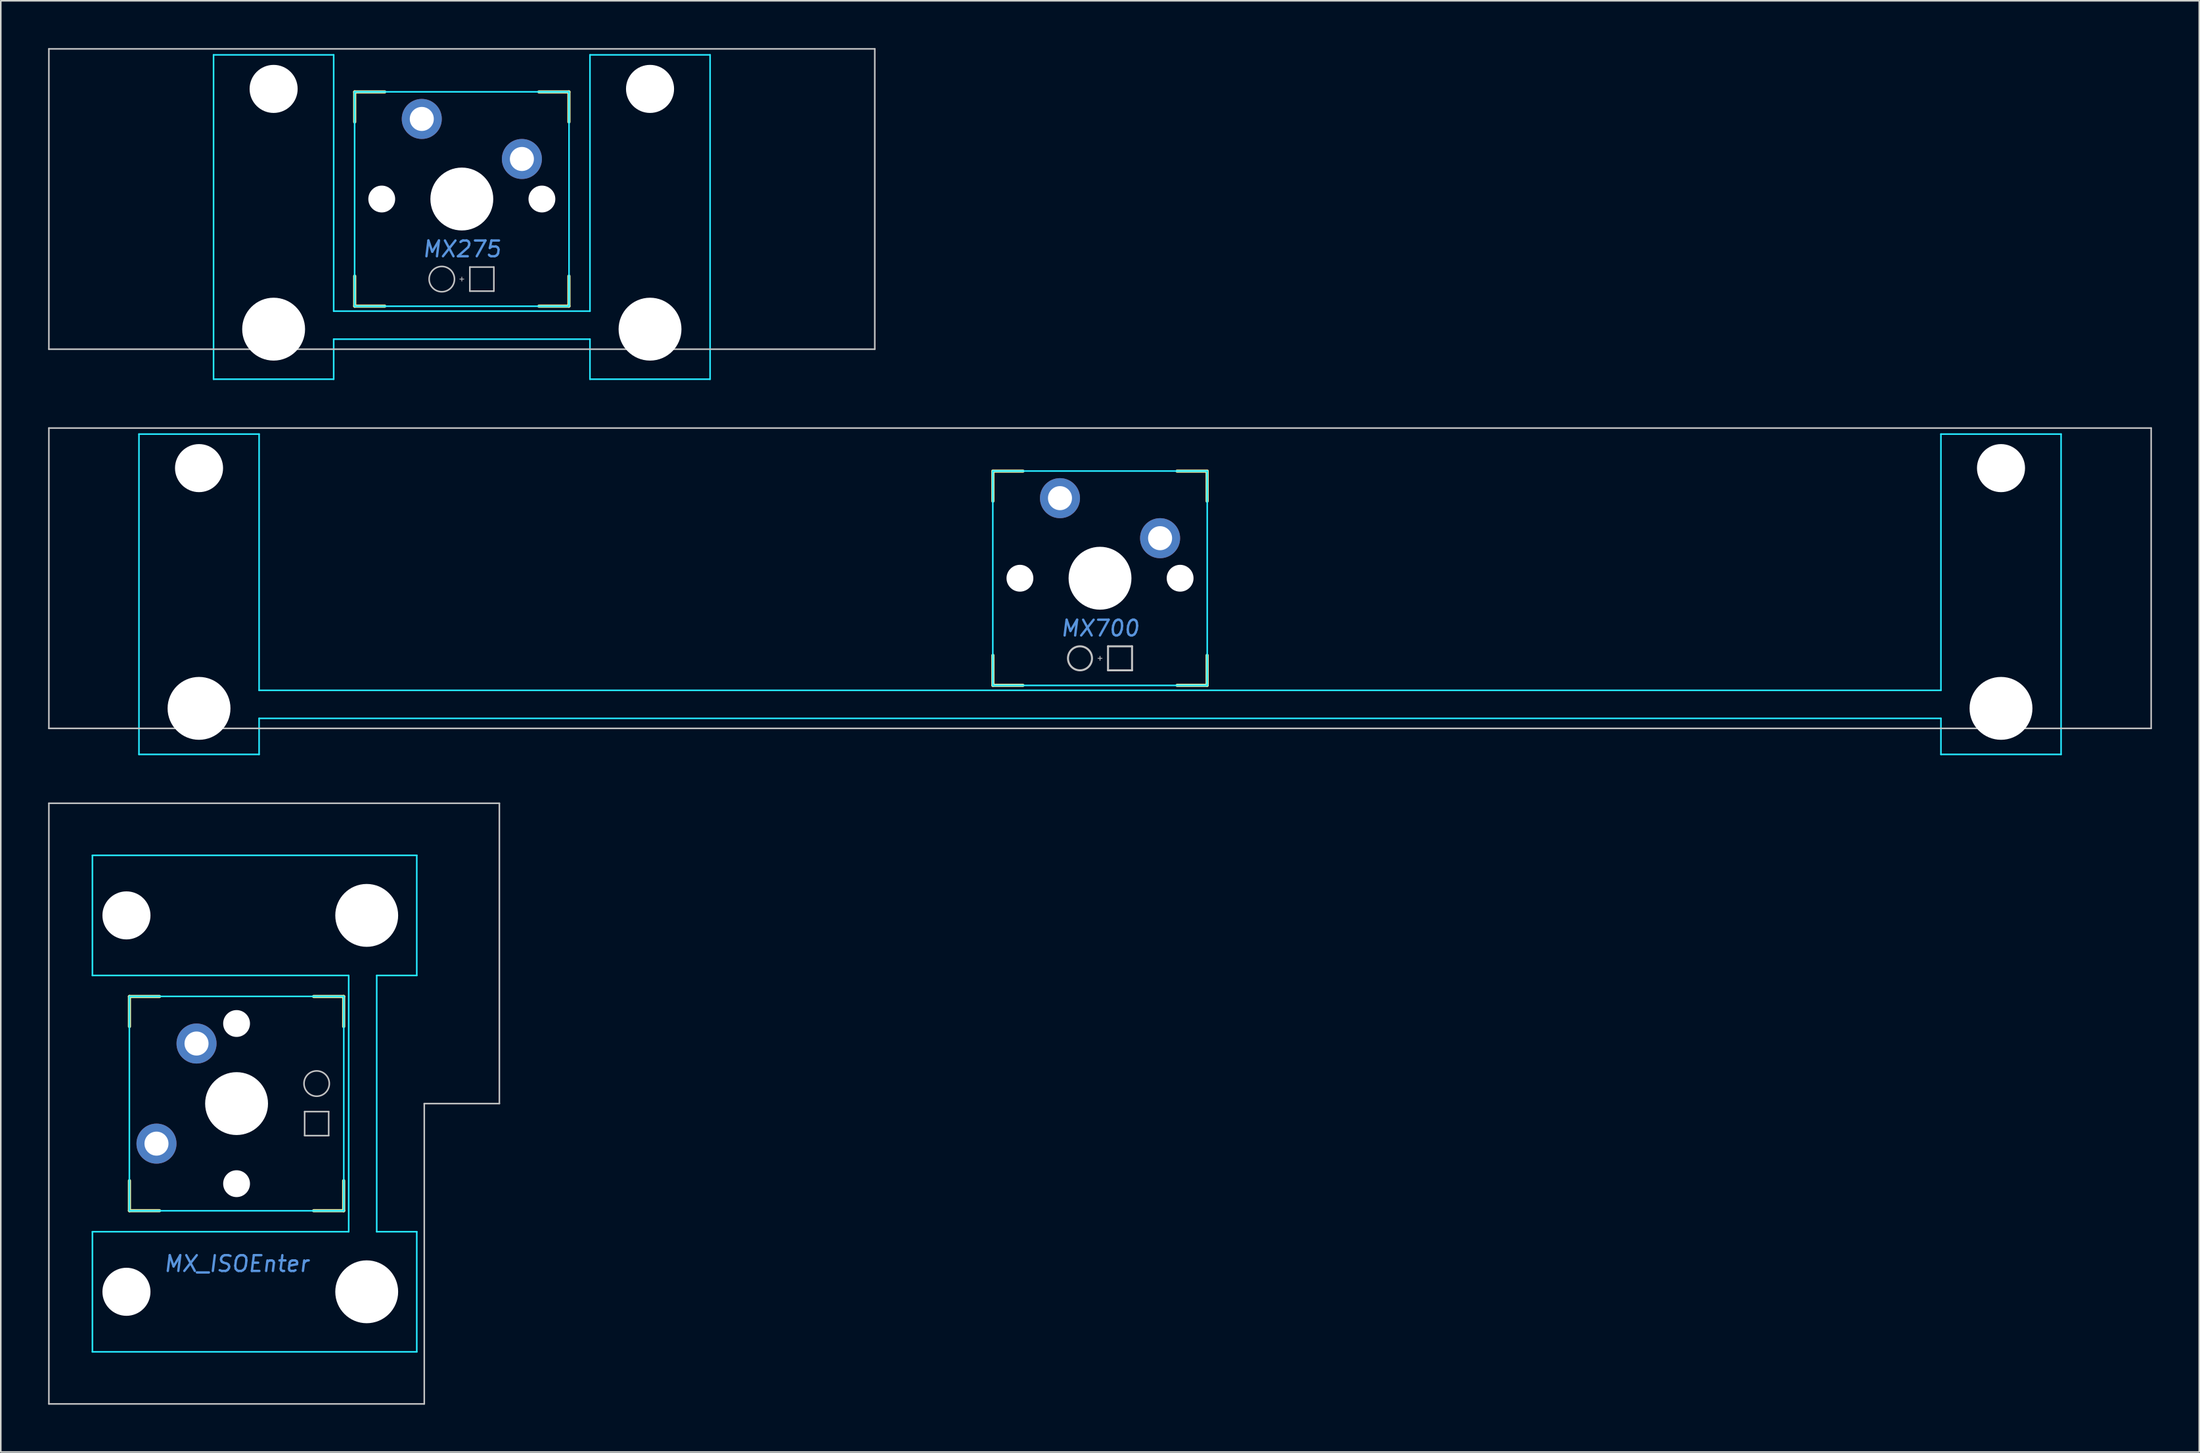
<source format=kicad_pcb>
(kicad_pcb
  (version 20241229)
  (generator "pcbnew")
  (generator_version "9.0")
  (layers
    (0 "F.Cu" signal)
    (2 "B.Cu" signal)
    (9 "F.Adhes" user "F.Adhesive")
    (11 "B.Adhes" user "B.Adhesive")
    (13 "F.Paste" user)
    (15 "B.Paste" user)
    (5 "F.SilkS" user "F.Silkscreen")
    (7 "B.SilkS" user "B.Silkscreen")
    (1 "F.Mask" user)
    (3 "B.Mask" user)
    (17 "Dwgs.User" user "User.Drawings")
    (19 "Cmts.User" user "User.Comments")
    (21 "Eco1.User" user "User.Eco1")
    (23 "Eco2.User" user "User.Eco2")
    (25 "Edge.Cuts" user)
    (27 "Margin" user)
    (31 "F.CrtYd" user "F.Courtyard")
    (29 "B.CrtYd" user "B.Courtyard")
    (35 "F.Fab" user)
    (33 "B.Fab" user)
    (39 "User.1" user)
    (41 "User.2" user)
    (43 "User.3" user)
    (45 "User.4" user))
  (footprint "MX700"
    (layer "F.Cu")
    (at 66.725 33.63)
    (property "Reference" "MX700" (at 0 3.175 0) (layer "Cmts.User") (effects (font (size 1 1) (thickness 0.15) (italic yes))))
    (attr through_hole)
    (fp_line (start -6.795 -4.889) (end -6.795 -6.795) (stroke (width 0.2) (type solid)) (layer "F.SilkS"))
    (fp_line (start -6.795 4.889) (end -6.795 6.795) (stroke (width 0.2) (type solid)) (layer "F.SilkS"))
    (fp_line (start -4.889 -6.795) (end -6.795 -6.795) (stroke (width 0.2) (type solid)) (layer "F.SilkS"))
    (fp_line (start -4.889 6.795) (end -6.795 6.795) (stroke (width 0.2) (type solid)) (layer "F.SilkS"))
    (fp_line (start 4.889 -6.795) (end 6.795 -6.795) (stroke (width 0.2) (type solid)) (layer "F.SilkS"))
    (fp_line (start 4.889 6.795) (end 6.795 6.795) (stroke (width 0.2) (type solid)) (layer "F.SilkS"))
    (fp_line (start 6.795 -4.889) (end 6.795 -6.795) (stroke (width 0.2) (type solid)) (layer "F.SilkS"))
    (fp_line (start 6.795 4.889) (end 6.795 6.795) (stroke (width 0.2) (type solid)) (layer "F.SilkS"))
    (fp_line (start -66.675 -9.525) (end -66.675 9.525) (stroke (width 0.1) (type solid)) (layer "Dwgs.User"))
    (fp_line (start -66.675 -9.525) (end 66.675 -9.525) (stroke (width 0.1) (type solid)) (layer "Dwgs.User"))
    (fp_line (start -66.675 9.525) (end 66.675 9.525) (stroke (width 0.1) (type solid)) (layer "Dwgs.User"))
    (fp_line (start -0.127 5.08) (end 0.127 5.08) (stroke (width 0.051) (type solid)) (layer "Dwgs.User"))
    (fp_line (start 0 4.953) (end 0 5.207) (stroke (width 0.051) (type solid)) (layer "Dwgs.User"))
    (fp_line (start 0.508 4.318) (end 0.508 5.842) (stroke (width 0.127) (type solid)) (layer "Dwgs.User"))
    (fp_line (start 0.508 4.318) (end 2.032 4.318) (stroke (width 0.127) (type solid)) (layer "Dwgs.User"))
    (fp_line (start 0.508 5.842) (end 2.032 5.842) (stroke (width 0.127) (type solid)) (layer "Dwgs.User"))
    (fp_line (start 2.032 5.842) (end 2.032 4.318) (stroke (width 0.127) (type solid)) (layer "Dwgs.User"))
    (fp_line (start 66.675 -9.525) (end 66.675 9.525) (stroke (width 0.1) (type solid)) (layer "Dwgs.User"))
    (fp_circle (center -1.27 5.08) (end -0.508 5.08) (stroke (width 0.127) (type solid)) (fill no) (layer "Dwgs.User"))
    (fp_line (start -60.96 -9.144) (end -60.96 11.176) (stroke (width 0.1) (type solid)) (layer "B.CrtYd"))
    (fp_line (start -60.96 -9.144) (end -53.34 -9.144) (stroke (width 0.1) (type solid)) (layer "B.CrtYd"))
    (fp_line (start -60.96 11.176) (end -53.34 11.176) (stroke (width 0.1) (type solid)) (layer "B.CrtYd"))
    (fp_line (start -53.34 7.112) (end -53.34 -9.144) (stroke (width 0.1) (type solid)) (layer "B.CrtYd"))
    (fp_line (start -53.34 7.112) (end 53.34 7.112) (stroke (width 0.1) (type solid)) (layer "B.CrtYd"))
    (fp_line (start -53.34 8.89) (end -53.34 11.176) (stroke (width 0.1) (type solid)) (layer "B.CrtYd"))
    (fp_line (start -53.34 8.89) (end 53.34 8.89) (stroke (width 0.1) (type solid)) (layer "B.CrtYd"))
    (fp_line (start -6.8 -6.8) (end -6.8 6.8) (stroke (width 0.1) (type solid)) (layer "B.CrtYd"))
    (fp_line (start -6.8 -6.8) (end 6.8 -6.8) (stroke (width 0.1) (type solid)) (layer "B.CrtYd"))
    (fp_line (start -6.8 6.8) (end 6.8 6.8) (stroke (width 0.1) (type solid)) (layer "B.CrtYd"))
    (fp_line (start 6.8 6.8) (end 6.8 -6.8) (stroke (width 0.1) (type solid)) (layer "B.CrtYd"))
    (fp_line (start 53.34 -9.144) (end 60.96 -9.144) (stroke (width 0.1) (type solid)) (layer "B.CrtYd"))
    (fp_line (start 53.34 7.112) (end 53.34 -9.144) (stroke (width 0.1) (type solid)) (layer "B.CrtYd"))
    (fp_line (start 53.34 8.89) (end 53.34 11.176) (stroke (width 0.1) (type solid)) (layer "B.CrtYd"))
    (fp_line (start 53.34 11.176) (end 60.96 11.176) (stroke (width 0.1) (type solid)) (layer "B.CrtYd"))
    (fp_line (start 60.96 -9.144) (end 60.96 11.176) (stroke (width 0.1) (type solid)) (layer "B.CrtYd"))
    (pad "" np_thru_hole circle (at -57.15 -6.985 180) (size 3.048 3.048) (drill 3.048) (layers "*.Cu" "*.Mask"))
    (pad "" np_thru_hole circle (at -57.15 8.255 180) (size 3.988 3.988) (drill 3.988) (layers "*.Cu" "*.Mask"))
    (pad "" np_thru_hole circle (at -5.08 0) (size 1.702 1.702) (drill 1.702) (layers "*.Cu" "*.Mask"))
    (pad "" np_thru_hole circle (at 0 0) (size 3.988 3.988) (drill 3.988) (layers "*.Cu" "*.Mask"))
    (pad "" np_thru_hole circle (at 5.08 0) (size 1.702 1.702) (drill 1.702) (layers "*.Cu" "*.Mask"))
    (pad "" np_thru_hole circle (at 57.15 -6.985 180) (size 3.048 3.048) (drill 3.048) (layers "*.Cu" "*.Mask"))
    (pad "" np_thru_hole circle (at 57.15 8.255 180) (size 3.988 3.988) (drill 3.988) (layers "*.Cu" "*.Mask"))
    (pad "1" thru_hole circle (at -2.54 -5.08) (size 2.54 2.54) (drill 1.524) (layers "*.Cu" "*.Mask"))
    (pad "2" thru_hole circle (at 3.81 -2.54) (size 2.54 2.54) (drill 1.524) (layers "*.Cu" "*.Mask")))
  (footprint "MX275"
    (layer "F.Cu")
    (at 26.244 9.575)
    (property "Reference" "MX275" (at 0 3.175 0) (layer "Cmts.User") (effects (font (size 1 1) (thickness 0.15) (italic yes))))
    (attr through_hole)
    (fp_line (start -6.795 -4.889) (end -6.795 -6.795) (stroke (width 0.2) (type solid)) (layer "F.SilkS"))
    (fp_line (start -6.795 4.889) (end -6.795 6.795) (stroke (width 0.2) (type solid)) (layer "F.SilkS"))
    (fp_line (start -4.889 -6.795) (end -6.795 -6.795) (stroke (width 0.2) (type solid)) (layer "F.SilkS"))
    (fp_line (start -4.889 6.795) (end -6.795 6.795) (stroke (width 0.2) (type solid)) (layer "F.SilkS"))
    (fp_line (start 4.889 -6.795) (end 6.795 -6.795) (stroke (width 0.2) (type solid)) (layer "F.SilkS"))
    (fp_line (start 4.889 6.795) (end 6.795 6.795) (stroke (width 0.2) (type solid)) (layer "F.SilkS"))
    (fp_line (start 6.795 -4.889) (end 6.795 -6.795) (stroke (width 0.2) (type solid)) (layer "F.SilkS"))
    (fp_line (start 6.795 4.889) (end 6.795 6.795) (stroke (width 0.2) (type solid)) (layer "F.SilkS"))
    (fp_line (start -26.194 -9.525) (end -26.194 9.525) (stroke (width 0.1) (type solid)) (layer "Dwgs.User"))
    (fp_line (start -26.194 -9.525) (end 26.194 -9.525) (stroke (width 0.1) (type solid)) (layer "Dwgs.User"))
    (fp_line (start -26.194 9.525) (end 26.194 9.525) (stroke (width 0.1) (type solid)) (layer "Dwgs.User"))
    (fp_line (start -0.127 5.08) (end 0.127 5.08) (stroke (width 0.05) (type solid)) (layer "Dwgs.User"))
    (fp_line (start 0 5.207) (end 0 4.953) (stroke (width 0.05) (type solid)) (layer "Dwgs.User"))
    (fp_line (start 0.508 4.318) (end 0.508 5.842) (stroke (width 0.1) (type solid)) (layer "Dwgs.User"))
    (fp_line (start 0.508 4.318) (end 2.032 4.318) (stroke (width 0.1) (type solid)) (layer "Dwgs.User"))
    (fp_line (start 0.508 5.842) (end 2.032 5.842) (stroke (width 0.1) (type solid)) (layer "Dwgs.User"))
    (fp_line (start 2.032 5.842) (end 2.032 4.318) (stroke (width 0.1) (type solid)) (layer "Dwgs.User"))
    (fp_line (start 26.194 -9.525) (end 26.194 9.525) (stroke (width 0.1) (type solid)) (layer "Dwgs.User"))
    (fp_circle (center -1.27 5.08) (end -0.467 5.08) (stroke (width 0.1) (type solid)) (fill no) (layer "Dwgs.User"))
    (fp_line (start -15.748 -9.144) (end -8.128 -9.144) (stroke (width 0.1) (type solid)) (layer "B.CrtYd"))
    (fp_line (start -15.748 11.43) (end -15.748 -9.144) (stroke (width 0.1) (type solid)) (layer "B.CrtYd"))
    (fp_line (start -8.128 -9.144) (end -8.128 7.112) (stroke (width 0.1) (type solid)) (layer "B.CrtYd"))
    (fp_line (start -8.128 7.112) (end 8.128 7.112) (stroke (width 0.1) (type solid)) (layer "B.CrtYd"))
    (fp_line (start -8.128 8.89) (end 8.128 8.89) (stroke (width 0.1) (type solid)) (layer "B.CrtYd"))
    (fp_line (start -8.128 11.43) (end -15.748 11.43) (stroke (width 0.1) (type solid)) (layer "B.CrtYd"))
    (fp_line (start -8.128 11.43) (end -8.128 8.89) (stroke (width 0.1) (type solid)) (layer "B.CrtYd"))
    (fp_line (start -6.8 6.8) (end -6.8 -6.8) (stroke (width 0.1) (type solid)) (layer "B.CrtYd"))
    (fp_line (start 6.8 -6.8) (end -6.8 -6.8) (stroke (width 0.1) (type solid)) (layer "B.CrtYd"))
    (fp_line (start 6.8 6.8) (end -6.8 6.8) (stroke (width 0.1) (type solid)) (layer "B.CrtYd"))
    (fp_line (start 6.8 6.8) (end 6.8 -6.8) (stroke (width 0.1) (type solid)) (layer "B.CrtYd"))
    (fp_line (start 8.128 -9.144) (end 8.128 7.112) (stroke (width 0.1) (type solid)) (layer "B.CrtYd"))
    (fp_line (start 8.128 -9.144) (end 15.748 -9.144) (stroke (width 0.1) (type solid)) (layer "B.CrtYd"))
    (fp_line (start 8.128 11.43) (end 8.128 8.89) (stroke (width 0.1) (type solid)) (layer "B.CrtYd"))
    (fp_line (start 15.748 -9.144) (end 15.748 11.43) (stroke (width 0.1) (type solid)) (layer "B.CrtYd"))
    (fp_line (start 15.748 11.43) (end 8.128 11.43) (stroke (width 0.1) (type solid)) (layer "B.CrtYd"))
    (pad "" np_thru_hole circle (at -11.938 -6.985) (size 3.048 3.048) (drill 3.048) (layers "*.Cu" "*.Mask"))
    (pad "" np_thru_hole circle (at -11.938 8.255) (size 3.988 3.988) (drill 3.988) (layers "*.Cu" "*.Mask"))
    (pad "" np_thru_hole circle (at -5.08 0) (size 1.702 1.702) (drill 1.702) (layers "*.Cu" "*.Mask"))
    (pad "" np_thru_hole circle (at 0 0) (size 3.988 3.988) (drill 3.988) (layers "*.Cu" "*.Mask"))
    (pad "" np_thru_hole circle (at 5.08 0) (size 1.702 1.702) (drill 1.702) (layers "*.Cu" "*.Mask"))
    (pad "" np_thru_hole circle (at 11.938 -6.985) (size 3.048 3.048) (drill 3.048) (layers "*.Cu" "*.Mask"))
    (pad "" np_thru_hole circle (at 11.938 8.255) (size 3.988 3.988) (drill 3.988) (layers "*.Cu" "*.Mask"))
    (pad "1" thru_hole circle (at -2.54 -5.08) (size 2.54 2.54) (drill 1.524) (layers "*.Cu" "*.Mask"))
    (pad "2" thru_hole circle (at 3.81 -2.54) (size 2.54 2.54) (drill 1.524) (layers "*.Cu" "*.Mask")))
  (footprint "MX_ISOEnter"
    (layer "F.Cu")
    (at 11.956 66.956)
    (property "Reference" "MX_ISOEnter" (at 0 10.16 0) (layer "Cmts.User") (effects (font (size 1 1) (thickness 0.15) (italic yes))))
    (attr through_hole)
    (fp_line (start -6.795 -4.889) (end -6.795 -6.795) (stroke (width 0.2) (type solid)) (layer "F.SilkS"))
    (fp_line (start -6.795 4.889) (end -6.795 6.795) (stroke (width 0.2) (type solid)) (layer "F.SilkS"))
    (fp_line (start -4.889 -6.795) (end -6.795 -6.795) (stroke (width 0.2) (type solid)) (layer "F.SilkS"))
    (fp_line (start -4.889 6.795) (end -6.795 6.795) (stroke (width 0.2) (type solid)) (layer "F.SilkS"))
    (fp_line (start 4.889 -6.795) (end 6.795 -6.795) (stroke (width 0.2) (type solid)) (layer "F.SilkS"))
    (fp_line (start 4.889 6.795) (end 6.795 6.795) (stroke (width 0.2) (type solid)) (layer "F.SilkS"))
    (fp_line (start 6.795 -4.889) (end 6.795 -6.795) (stroke (width 0.2) (type solid)) (layer "F.SilkS"))
    (fp_line (start 6.795 4.889) (end 6.795 6.795) (stroke (width 0.2) (type solid)) (layer "F.SilkS"))
    (fp_line (start -11.906 19.05) (end -11.906 -19.05) (stroke (width 0.1) (type solid)) (layer "Dwgs.User"))
    (fp_line (start -0.127 5.08) (end 0.127 5.08) (stroke (width 0.05) (type solid)) (layer "Dwgs.User"))
    (fp_line (start 0 5.207) (end 0 4.953) (stroke (width 0.05) (type solid)) (layer "Dwgs.User"))
    (fp_line (start 4.318 0.508) (end 4.318 2.032) (stroke (width 0.1) (type solid)) (layer "Dwgs.User"))
    (fp_line (start 4.318 0.508) (end 5.842 0.508) (stroke (width 0.1) (type solid)) (layer "Dwgs.User"))
    (fp_line (start 4.318 2.032) (end 5.842 2.032) (stroke (width 0.1) (type solid)) (layer "Dwgs.User"))
    (fp_line (start 5.842 2.032) (end 5.842 0.508) (stroke (width 0.1) (type solid)) (layer "Dwgs.User"))
    (fp_line (start 11.906 19.05) (end -11.906 19.05) (stroke (width 0.1) (type solid)) (layer "Dwgs.User"))
    (fp_line (start 11.906 19.05) (end 11.906 0) (stroke (width 0.1) (type solid)) (layer "Dwgs.User"))
    (fp_line (start 16.669 -19.05) (end -11.906 -19.05) (stroke (width 0.1) (type solid)) (layer "Dwgs.User"))
    (fp_line (start 16.669 0) (end 11.906 0) (stroke (width 0.1) (type solid)) (layer "Dwgs.User"))
    (fp_line (start 16.669 0) (end 16.669 -19.05) (stroke (width 0.1) (type solid)) (layer "Dwgs.User"))
    (fp_circle (center 5.08 -1.27) (end 5.883 -1.27) (stroke (width 0.1) (type solid)) (fill no) (layer "Dwgs.User"))
    (fp_line (start -9.144 -15.748) (end 11.43 -15.748) (stroke (width 0.1) (type solid)) (layer "B.CrtYd"))
    (fp_line (start -9.144 -8.128) (end -9.144 -15.748) (stroke (width 0.1) (type solid)) (layer "B.CrtYd"))
    (fp_line (start -9.144 -8.128) (end 7.112 -8.128) (stroke (width 0.1) (type solid)) (layer "B.CrtYd"))
    (fp_line (start -9.144 8.128) (end 7.112 8.128) (stroke (width 0.1) (type solid)) (layer "B.CrtYd"))
    (fp_line (start -9.144 15.748) (end -9.144 8.128) (stroke (width 0.1) (type solid)) (layer "B.CrtYd"))
    (fp_line (start -6.8 6.8) (end -6.8 -6.8) (stroke (width 0.1) (type solid)) (layer "B.CrtYd"))
    (fp_line (start 6.8 -6.8) (end -6.8 -6.8) (stroke (width 0.1) (type solid)) (layer "B.CrtYd"))
    (fp_line (start 6.8 6.8) (end -6.8 6.8) (stroke (width 0.1) (type solid)) (layer "B.CrtYd"))
    (fp_line (start 6.8 6.8) (end 6.8 -6.8) (stroke (width 0.1) (type solid)) (layer "B.CrtYd"))
    (fp_line (start 7.112 8.128) (end 7.112 -8.128) (stroke (width 0.1) (type solid)) (layer "B.CrtYd"))
    (fp_line (start 8.89 8.128) (end 8.89 -8.128) (stroke (width 0.1) (type solid)) (layer "B.CrtYd"))
    (fp_line (start 11.43 -15.748) (end 11.43 -8.128) (stroke (width 0.1) (type solid)) (layer "B.CrtYd"))
    (fp_line (start 11.43 -8.128) (end 8.89 -8.128) (stroke (width 0.1) (type solid)) (layer "B.CrtYd"))
    (fp_line (start 11.43 8.128) (end 8.89 8.128) (stroke (width 0.1) (type solid)) (layer "B.CrtYd"))
    (fp_line (start 11.43 8.128) (end 11.43 15.748) (stroke (width 0.1) (type solid)) (layer "B.CrtYd"))
    (fp_line (start 11.43 15.748) (end -9.144 15.748) (stroke (width 0.1) (type solid)) (layer "B.CrtYd"))
    (pad "" np_thru_hole circle (at -6.985 -11.938 90) (size 3.048 3.048) (drill 3.048) (layers "*.Cu" "*.Mask"))
    (pad "" np_thru_hole circle (at -6.985 11.938 90) (size 3.048 3.048) (drill 3.048) (layers "*.Cu" "*.Mask"))
    (pad "" np_thru_hole circle (at 0 -5.08) (size 1.702 1.702) (drill 1.702) (layers "*.Cu" "*.Mask"))
    (pad "" np_thru_hole circle (at 0 0) (size 3.988 3.988) (drill 3.988) (layers "*.Cu" "*.Mask"))
    (pad "" np_thru_hole circle (at 0 5.08) (size 1.702 1.702) (drill 1.702) (layers "*.Cu" "*.Mask"))
    (pad "" np_thru_hole circle (at 8.255 -11.938 90) (size 3.988 3.988) (drill 3.988) (layers "*.Cu" "*.Mask"))
    (pad "" np_thru_hole circle (at 8.255 11.938 90) (size 3.988 3.988) (drill 3.988) (layers "*.Cu" "*.Mask"))
    (pad "1" thru_hole circle (at -5.08 2.54) (size 2.54 2.54) (drill 1.524) (layers "*.Cu" "*.Mask"))
    (pad "2" thru_hole circle (at -2.54 -3.81) (size 2.54 2.54) (drill 1.524) (layers "*.Cu" "*.Mask")))
  (gr_rect
    (start -3 -3)
    (end 136.45 89.056)
    (stroke (width 0.1) (type default))
    (fill no)
    (layer "Edge.Cuts")))
</source>
